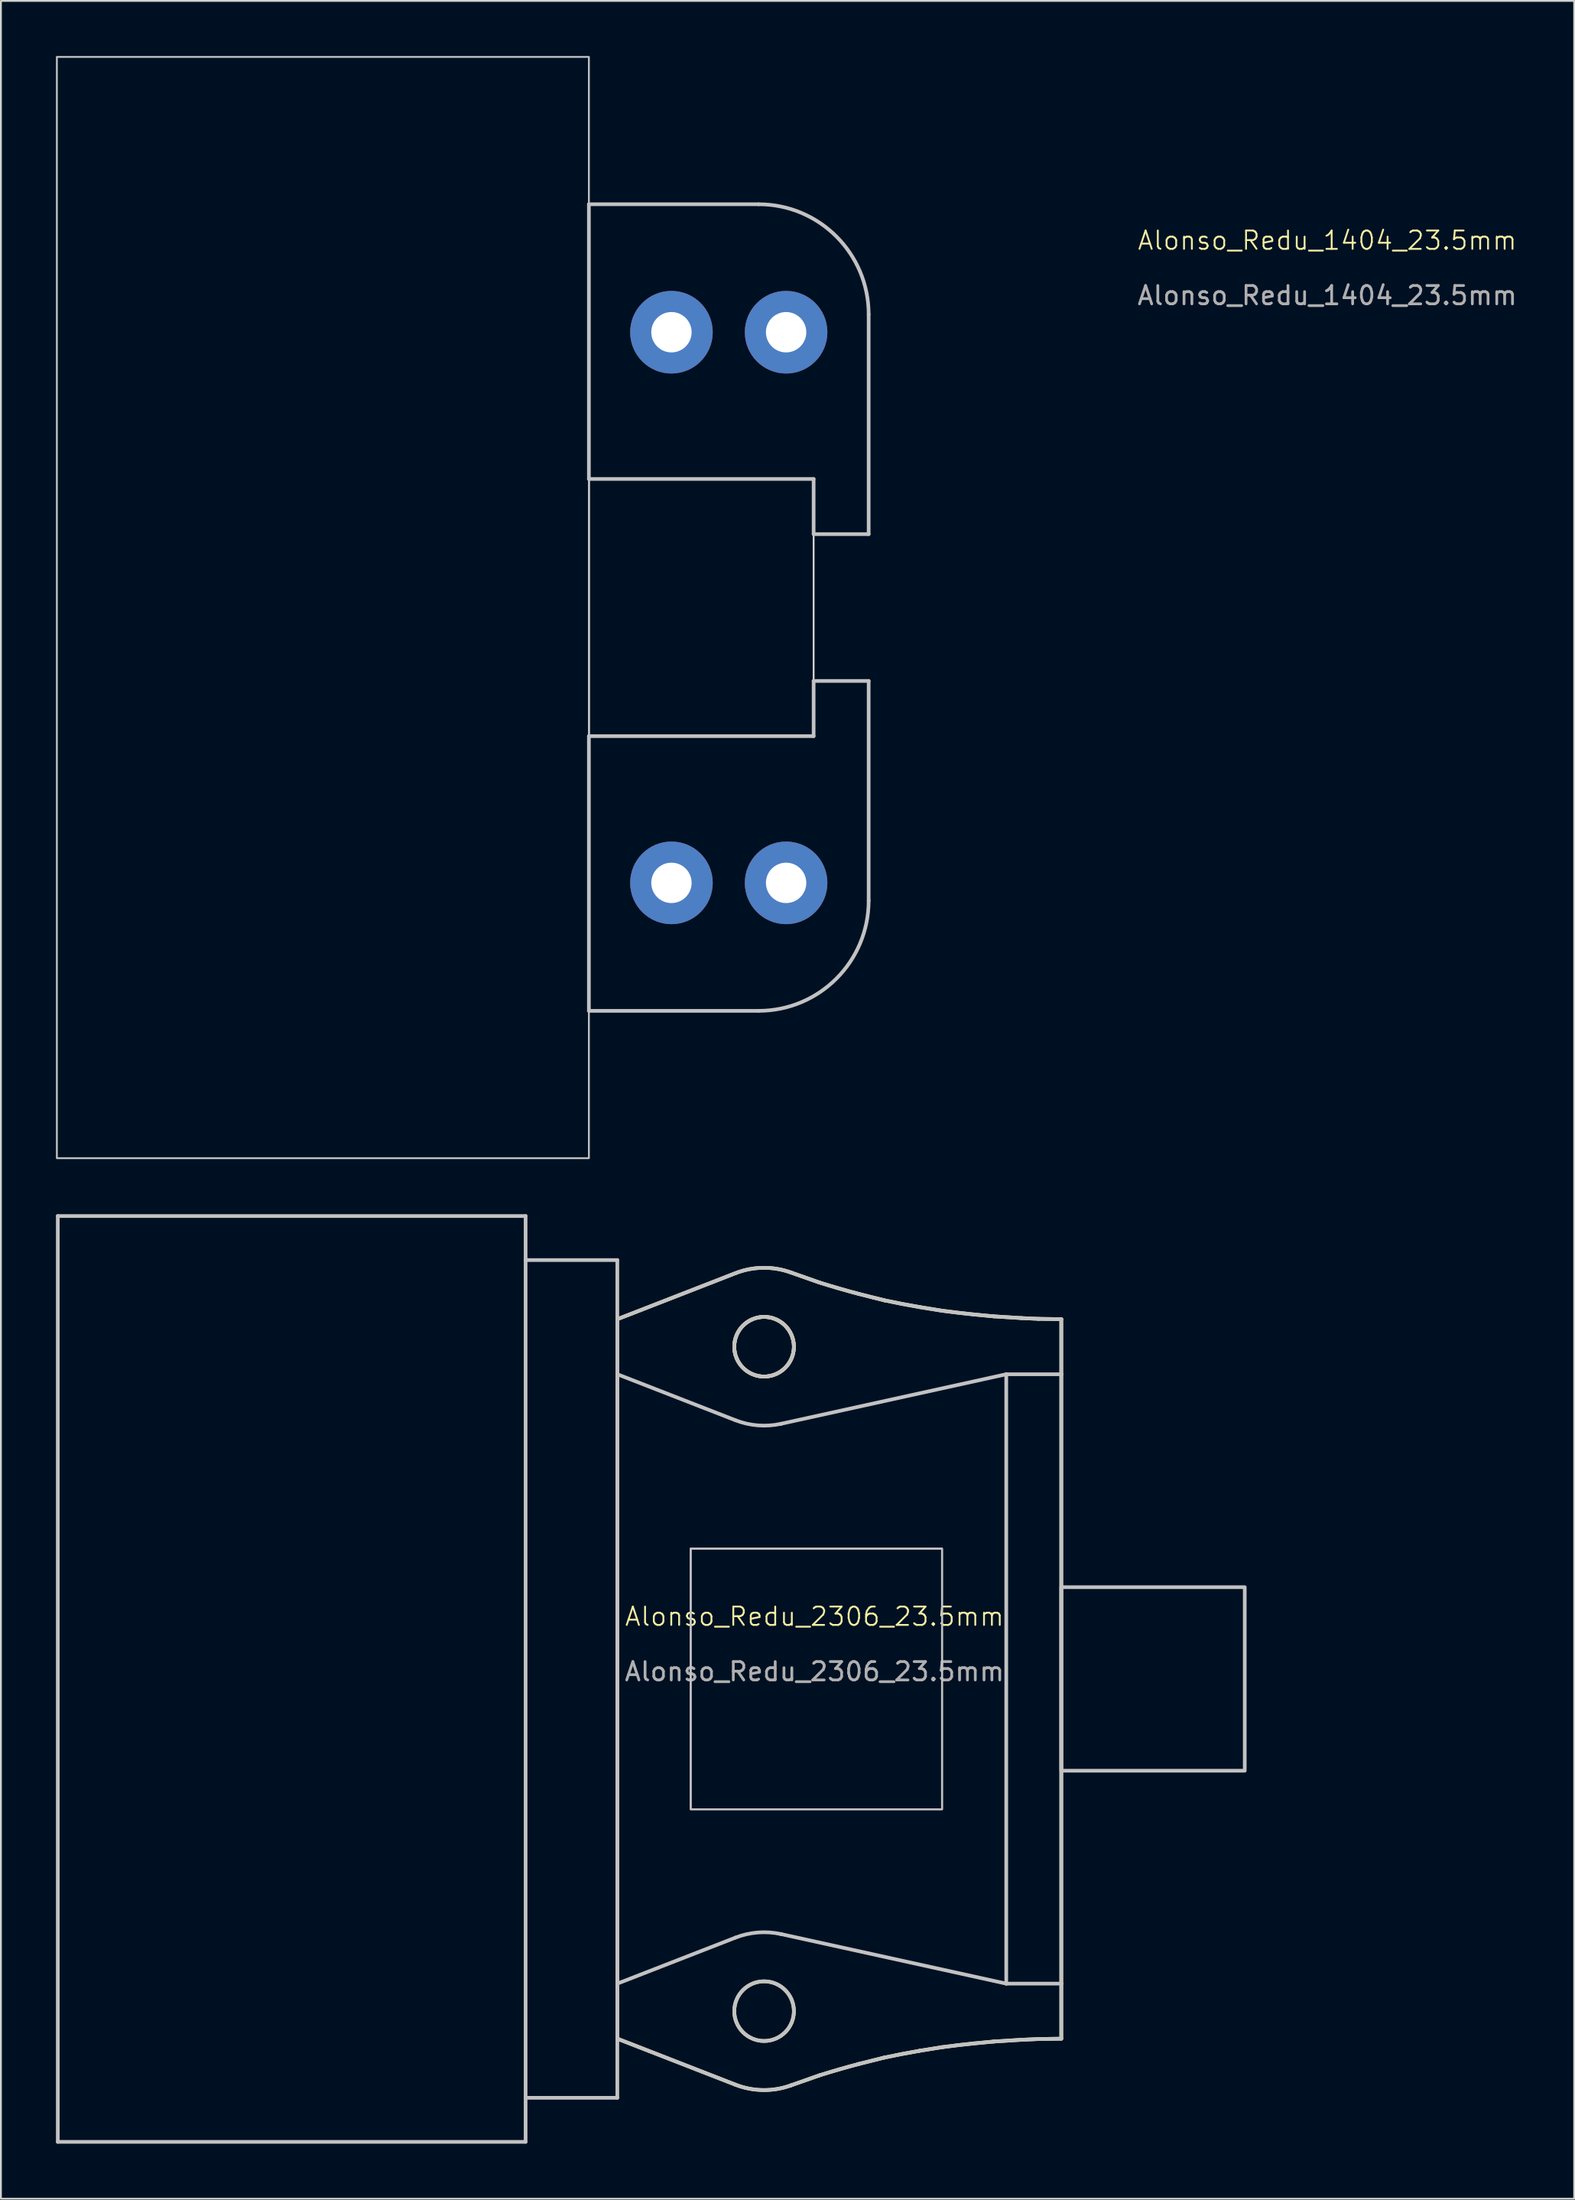
<source format=kicad_pcb>
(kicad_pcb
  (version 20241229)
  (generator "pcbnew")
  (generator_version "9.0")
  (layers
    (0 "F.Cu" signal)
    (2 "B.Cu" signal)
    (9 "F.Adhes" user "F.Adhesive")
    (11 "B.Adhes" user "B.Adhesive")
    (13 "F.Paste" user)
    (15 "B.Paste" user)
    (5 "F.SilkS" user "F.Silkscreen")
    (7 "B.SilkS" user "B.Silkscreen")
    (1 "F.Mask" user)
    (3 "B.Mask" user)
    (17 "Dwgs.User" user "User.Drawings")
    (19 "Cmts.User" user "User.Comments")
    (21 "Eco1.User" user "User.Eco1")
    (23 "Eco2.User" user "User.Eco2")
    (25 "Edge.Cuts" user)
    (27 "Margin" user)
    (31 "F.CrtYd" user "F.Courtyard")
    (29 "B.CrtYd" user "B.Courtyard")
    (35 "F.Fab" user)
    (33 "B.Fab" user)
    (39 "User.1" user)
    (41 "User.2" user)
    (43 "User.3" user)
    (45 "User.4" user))
  (footprint "Alonso_Redu_2306_23.5mm"
    (layer "F.Cu")
    (at 41.35 85.521)
    (property "Reference" "Alonso_Redu_2306_23.5mm" (at 0 -0.5 0) (unlocked yes) (layer "F.SilkS") (effects (font (size 1 1) (thickness 0.1))))
    (attr board_only exclude_from_pos_files exclude_from_bom)
    (fp_line (start -10.75 -16.7) (end -10.75 22.5) (stroke (width 0.2) (type default)) (layer "F.SilkS"))
    (fp_line (start -10.75 22.5) (end -4.309 25.007) (stroke (width 0.2) (type default)) (layer "F.SilkS"))
    (fp_line (start -4.309 -19.207) (end -10.75 -16.7) (stroke (width 0.2) (type default)) (layer "F.SilkS"))
    (fp_line (start -1.28 -19.24) (end 0.265 -18.697) (stroke (width 0.2) (type default)) (layer "F.SilkS"))
    (fp_line (start -1.28 25.04) (end 0.263 24.498) (stroke (width 0.2) (type default)) (layer "F.SilkS"))
    (fp_line (start 2.418 23.876) (end 3.795 23.531) (stroke (width 0.2) (type default)) (layer "F.SilkS"))
    (fp_line (start 2.422 -18.074) (end 3.799 -17.729) (stroke (width 0.2) (type default)) (layer "F.SilkS"))
    (fp_line (start 5.722 23.16) (end 6.955 22.962) (stroke (width 0.2) (type default)) (layer "F.SilkS"))
    (fp_line (start 5.726 -17.359) (end 6.957 -17.16) (stroke (width 0.2) (type default)) (layer "F.SilkS"))
    (fp_line (start 8.675 22.759) (end 9.77 22.655) (stroke (width 0.2) (type default)) (layer "F.SilkS"))
    (fp_line (start 8.676 -16.958) (end 9.769 -16.854) (stroke (width 0.2) (type default)) (layer "F.SilkS"))
    (fp_line (start 11.268 -16.76) (end 9.769 -16.854) (stroke (width 0.2) (type default)) (layer "F.SilkS"))
    (fp_line (start 11.268 -16.76) (end 12.207 -16.718) (stroke (width 0.2) (type default)) (layer "F.SilkS"))
    (fp_line (start 11.27 22.56) (end 9.77 22.655) (stroke (width 0.2) (type default)) (layer "F.SilkS"))
    (fp_line (start 11.27 22.56) (end 12.208 22.518) (stroke (width 0.2) (type default)) (layer "F.SilkS"))
    (fp_line (start 13.45 -16.7) (end 12.207 -16.718) (stroke (width 0.2) (type default)) (layer "F.SilkS"))
    (fp_line (start 13.45 -13.7) (end 13.45 -16.7) (stroke (width 0.2) (type default)) (layer "F.SilkS"))
    (fp_line (start 13.45 19.5) (end 13.45 -13.7) (stroke (width 0.2) (type default)) (layer "F.SilkS"))
    (fp_line (start 13.45 22.5) (end 12.208 22.518) (stroke (width 0.2) (type default)) (layer "F.SilkS"))
    (fp_line (start 13.45 22.5) (end 13.45 19.5) (stroke (width 0.2) (type default)) (layer "F.SilkS"))
    (fp_arc (start -4.309308 -19.206612) (mid -2.797471 -19.499089) (end -1.279544 -19.240066) (stroke (width 0.2) (type default)) (layer "F.SilkS"))
    (fp_arc (start -1.279531 25.040061) (mid -2.797464 25.299086) (end -4.309308 25.006612) (stroke (width 0.2) (type default)) (layer "F.SilkS"))
    (fp_circle (center -2.75 -15.2) (end -2.75 -16.825) (stroke (width 0.2) (type default)) (fill no) (layer "F.SilkS"))
    (fp_circle (center -2.75 -15.2) (end -2.75 -16.825) (stroke (width 0.2) (type solid)) (fill no) (layer "F.SilkS"))
    (fp_circle (center -2.75 21) (end -2.75 19.375) (stroke (width 0.2) (type default)) (fill no) (layer "F.SilkS"))
    (fp_curve (pts (xy 2.418 23.876) (xy 1.719 24.06) (xy 1.001 24.266) (xy 0.263 24.498)) (stroke (width 0.2) (type default)) (layer "F.SilkS"))
    (fp_curve (pts (xy 2.422 -18.074) (xy 1.723 -18.258) (xy 1.005 -18.465) (xy 0.265 -18.697)) (stroke (width 0.2) (type default)) (layer "F.SilkS"))
    (fp_curve (pts (xy 5.722 23.16) (xy 5.097 23.268) (xy 4.455 23.39) (xy 3.795 23.531)) (stroke (width 0.2) (type default)) (layer "F.SilkS"))
    (fp_curve (pts (xy 5.726 -17.359) (xy 5.101 -17.466) (xy 4.459 -17.588) (xy 3.799 -17.729)) (stroke (width 0.2) (type default)) (layer "F.SilkS"))
    (fp_curve (pts (xy 8.675 22.759) (xy 8.119 22.816) (xy 7.546 22.883) (xy 6.955 22.962)) (stroke (width 0.2) (type default)) (layer "F.SilkS"))
    (fp_curve (pts (xy 8.676 -16.958) (xy 8.121 -17.015) (xy 7.548 -17.082) (xy 6.957 -17.16)) (stroke (width 0.2) (type default)) (layer "F.SilkS"))
    (fp_line (start -41.25 -22.321) (end -15.75 -22.321) (stroke (width 0.2) (type default)) (layer "Dwgs.User"))
    (fp_line (start -41.25 28.121) (end -41.25 -22.321) (stroke (width 0.2) (type default)) (layer "Dwgs.User"))
    (fp_line (start -41.25 28.121) (end -15.75 28.121) (stroke (width 0.2) (type default)) (layer "Dwgs.User"))
    (fp_line (start -15.75 -22.321) (end -15.75 -19.921) (stroke (width 0.2) (type default)) (layer "Dwgs.User"))
    (fp_line (start -15.75 -19.921) (end -15.75 25.721) (stroke (width 0.2) (type default)) (layer "Dwgs.User"))
    (fp_line (start -15.75 25.721) (end -10.75 25.721) (stroke (width 0.2) (type default)) (layer "Dwgs.User"))
    (fp_line (start -15.75 28.121) (end -15.75 25.721) (stroke (width 0.2) (type default)) (layer "Dwgs.User"))
    (fp_line (start -10.75 -19.921) (end -15.75 -19.921) (stroke (width 0.2) (type default)) (layer "Dwgs.User"))
    (fp_line (start -10.75 -16.7) (end -10.75 -13.7) (stroke (width 0.2) (type default)) (layer "Dwgs.User"))
    (fp_line (start -10.75 -13.7) (end -4.309 -11.193) (stroke (width 0.2) (type default)) (layer "Dwgs.User"))
    (fp_line (start -10.75 19.5) (end -10.75 22.5) (stroke (width 0.2) (type default)) (layer "Dwgs.User"))
    (fp_line (start -10.75 22.5) (end -4.309 25.007) (stroke (width 0.2) (type default)) (layer "Dwgs.User"))
    (fp_line (start -10.75 25.721) (end -10.75 -19.921) (stroke (width 0.2) (type default)) (layer "Dwgs.User"))
    (fp_line (start -4.309 -19.207) (end -10.75 -16.7) (stroke (width 0.2) (type default)) (layer "Dwgs.User"))
    (fp_line (start -4.309 16.993) (end -10.75 19.5) (stroke (width 0.2) (type default)) (layer "Dwgs.User"))
    (fp_line (start -1.827 -11.001) (end -1.827 -11.001) (stroke (width 0.2) (type default)) (layer "Dwgs.User"))
    (fp_line (start -1.827 -11.001) (end 10.45 -13.7) (stroke (width 0.2) (type default)) (layer "Dwgs.User"))
    (fp_line (start -1.827 16.801) (end -1.827 16.801) (stroke (width 0.2) (type default)) (layer "Dwgs.User"))
    (fp_line (start -1.28 -19.24) (end 0.265 -18.697) (stroke (width 0.2) (type default)) (layer "Dwgs.User"))
    (fp_line (start -1.28 25.04) (end 0.263 24.498) (stroke (width 0.2) (type default)) (layer "Dwgs.User"))
    (fp_line (start 2.418 23.876) (end 3.795 23.531) (stroke (width 0.2) (type default)) (layer "Dwgs.User"))
    (fp_line (start 2.422 -18.074) (end 3.799 -17.729) (stroke (width 0.2) (type default)) (layer "Dwgs.User"))
    (fp_line (start 5.722 23.16) (end 6.955 22.962) (stroke (width 0.2) (type default)) (layer "Dwgs.User"))
    (fp_line (start 5.726 -17.359) (end 6.957 -17.16) (stroke (width 0.2) (type default)) (layer "Dwgs.User"))
    (fp_line (start 8.675 22.759) (end 9.77 22.655) (stroke (width 0.2) (type default)) (layer "Dwgs.User"))
    (fp_line (start 8.676 -16.958) (end 9.769 -16.854) (stroke (width 0.2) (type default)) (layer "Dwgs.User"))
    (fp_line (start 10.45 -13.7) (end 13.45 -13.7) (stroke (width 0.2) (type default)) (layer "Dwgs.User"))
    (fp_line (start 10.45 19.5) (end -1.827 16.801) (stroke (width 0.2) (type default)) (layer "Dwgs.User"))
    (fp_line (start 10.45 19.5) (end 10.45 -13.7) (stroke (width 0.2) (type default)) (layer "Dwgs.User"))
    (fp_line (start 11.268 -16.76) (end 9.769 -16.854) (stroke (width 0.2) (type default)) (layer "Dwgs.User"))
    (fp_line (start 11.268 -16.76) (end 12.207 -16.718) (stroke (width 0.2) (type default)) (layer "Dwgs.User"))
    (fp_line (start 11.27 22.56) (end 9.77 22.655) (stroke (width 0.2) (type default)) (layer "Dwgs.User"))
    (fp_line (start 11.27 22.56) (end 12.208 22.518) (stroke (width 0.2) (type default)) (layer "Dwgs.User"))
    (fp_line (start 13.45 -16.7) (end 12.207 -16.718) (stroke (width 0.2) (type default)) (layer "Dwgs.User"))
    (fp_line (start 13.45 -13.7) (end 13.45 -16.7) (stroke (width 0.2) (type default)) (layer "Dwgs.User"))
    (fp_line (start 13.45 19.5) (end 10.45 19.5) (stroke (width 0.2) (type default)) (layer "Dwgs.User"))
    (fp_line (start 13.45 19.5) (end 13.45 -13.7) (stroke (width 0.2) (type default)) (layer "Dwgs.User"))
    (fp_line (start 13.45 22.5) (end 12.208 22.518) (stroke (width 0.2) (type default)) (layer "Dwgs.User"))
    (fp_line (start 13.45 22.5) (end 13.45 19.5) (stroke (width 0.2) (type default)) (layer "Dwgs.User"))
    (fp_rect (start -6.75 -4.2) (end 6.95 10) (stroke (width 0.1) (type solid)) (fill no) (layer "Dwgs.User"))
    (fp_rect (start 13.45 -2.1) (end 23.45 7.9) (stroke (width 0.2) (type solid)) (fill no) (layer "Dwgs.User"))
    (fp_arc (start -4.309308 -19.206612) (mid -2.797471 -19.499089) (end -1.279544 -19.240066) (stroke (width 0.2) (type default)) (layer "Dwgs.User"))
    (fp_arc (start -4.309308 16.993388) (mid -3.082308 16.713518) (end -1.826835 16.800937) (stroke (width 0.2) (type default)) (layer "Dwgs.User"))
    (fp_arc (start -1.826835 -11.000937) (mid -3.082308 -10.913518) (end -4.309308 -11.193388) (stroke (width 0.2) (type default)) (layer "Dwgs.User"))
    (fp_arc (start -1.279531 25.040061) (mid -2.797464 25.299086) (end -4.309308 25.006612) (stroke (width 0.2) (type default)) (layer "Dwgs.User"))
    (fp_circle (center -41.25 -21.071) (end -41.25 -21.081) (stroke (width 0.0001) (type default)) (fill no) (layer "Dwgs.User"))
    (fp_circle (center -41.25 26.871) (end -41.25 26.861) (stroke (width 0.0001) (type default)) (fill no) (layer "Dwgs.User"))
    (fp_circle (center -21.75 -22.321) (end -21.75 -22.331) (stroke (width 0.0001) (type default)) (fill no) (layer "Dwgs.User"))
    (fp_circle (center -21.75 28.121) (end -21.75 28.111) (stroke (width 0.0001) (type default)) (fill no) (layer "Dwgs.User"))
    (fp_circle (center -2.75 -15.2) (end -2.75 -16.825) (stroke (width 0.2) (type default)) (fill no) (layer "Dwgs.User"))
    (fp_circle (center -2.75 21) (end -2.75 19.375) (stroke (width 0.2) (type default)) (fill no) (layer "Dwgs.User"))
    (fp_curve (pts (xy 2.418 23.876) (xy 1.719 24.06) (xy 1.001 24.266) (xy 0.263 24.498)) (stroke (width 0.2) (type default)) (layer "Dwgs.User"))
    (fp_curve (pts (xy 2.422 -18.074) (xy 1.723 -18.258) (xy 1.005 -18.465) (xy 0.265 -18.697)) (stroke (width 0.2) (type default)) (layer "Dwgs.User"))
    (fp_curve (pts (xy 5.722 23.16) (xy 5.097 23.268) (xy 4.455 23.39) (xy 3.795 23.531)) (stroke (width 0.2) (type default)) (layer "Dwgs.User"))
    (fp_curve (pts (xy 5.726 -17.359) (xy 5.101 -17.466) (xy 4.459 -17.588) (xy 3.799 -17.729)) (stroke (width 0.2) (type default)) (layer "Dwgs.User"))
    (fp_curve (pts (xy 8.675 22.759) (xy 8.119 22.816) (xy 7.546 22.883) (xy 6.955 22.962)) (stroke (width 0.2) (type default)) (layer "Dwgs.User"))
    (fp_curve (pts (xy 8.676 -16.958) (xy 8.121 -17.015) (xy 7.548 -17.082) (xy 6.957 -17.16)) (stroke (width 0.2) (type default)) (layer "Dwgs.User"))
    (fp_rect (start -6.75 -4.2) (end 6.95 10) (stroke (width 0.1) (type solid)) (fill no) (layer "Edge.Cuts"))
    (fp_text user "${REFERENCE}" (at 0 2.5 0) (unlocked yes) (layer "F.Fab") (effects (font (size 1 1) (thickness 0.15)))))
  (footprint "Alonso_Redu_1404_23.5mm"
    (layer "F.Cu")
    (at 44.8 30.05)
    (property "Reference" "Alonso_Redu_1404_23.5mm" (at 24.5 -20 0) (unlocked yes) (layer "F.SilkS") (effects (font (size 1 1) (thickness 0.1))))
    (attr board_only exclude_from_pos_files exclude_from_bom)
    (fp_line (start -15.75 -21.972) (end -15.75 -7.005) (stroke (width 0.2) (type default)) (layer "Dwgs.User"))
    (fp_line (start -15.75 -7.005) (end -15.75 7.005) (stroke (width 0.1) (type default)) (layer "Dwgs.User"))
    (fp_line (start -15.75 -7.005) (end -3.5 -7.005) (stroke (width 0.2) (type default)) (layer "Dwgs.User"))
    (fp_line (start -15.75 7.005) (end -15.75 21.972) (stroke (width 0.2) (type default)) (layer "Dwgs.User"))
    (fp_line (start -15.75 21.972) (end -6.492 21.972) (stroke (width 0.2) (type default)) (layer "Dwgs.User"))
    (fp_line (start -6.5 -21.972) (end -15.75 -21.972) (stroke (width 0.2) (type default)) (layer "Dwgs.User"))
    (fp_line (start -3.5 -7.005) (end -3.5 -4) (stroke (width 0.2) (type default)) (layer "Dwgs.User"))
    (fp_line (start -3.5 -4) (end -0.5 -4) (stroke (width 0.2) (type default)) (layer "Dwgs.User"))
    (fp_line (start -3.5 4) (end -3.5 7.005) (stroke (width 0.2) (type default)) (layer "Dwgs.User"))
    (fp_line (start -3.5 7.005) (end -15.75 7.005) (stroke (width 0.2) (type default)) (layer "Dwgs.User"))
    (fp_line (start -0.5 -4) (end -0.5 -15.972) (stroke (width 0.2) (type default)) (layer "Dwgs.User"))
    (fp_line (start -0.5 4) (end -3.5 4) (stroke (width 0.2) (type default)) (layer "Dwgs.User"))
    (fp_line (start -0.5 15.972) (end -0.5 4) (stroke (width 0.2) (type default)) (layer "Dwgs.User"))
    (fp_rect (start -44.75 -30) (end -15.75 30) (stroke (width 0.1) (type solid)) (fill no) (layer "Dwgs.User"))
    (fp_arc (start -6.500003 -21.971984) (mid -2.25736 -20.214624) (end -0.5 -15.971981) (stroke (width 0.2) (type default)) (layer "Dwgs.User"))
    (fp_arc (start -0.5 15.97197) (mid -2.257361 20.214622) (end -6.492265 21.971984) (stroke (width 0.2) (type default)) (layer "Dwgs.User"))
    (fp_rect (start -15.75 -7.005) (end -3.5 7.005) (stroke (width 0.1) (type solid)) (fill no) (layer "Edge.Cuts"))
    (fp_text user "${REFERENCE}" (at 24.5 -17 0) (unlocked yes) (layer "F.Fab") (effects (font (size 1 1) (thickness 0.15))))
    (pad "" np_thru_hole circle (at -11.25 -15) (size 4.5 4.5) (drill 2.2) (layers "*.Cu" "*.Mask"))
    (pad "" np_thru_hole circle (at -11.25 15) (size 4.5 4.5) (drill 2.2) (layers "*.Cu" "*.Mask"))
    (pad "" np_thru_hole circle (at -5 -15) (size 4.5 4.5) (drill 2.2) (layers "*.Cu" "*.Mask"))
    (pad "" np_thru_hole circle (at -5 15) (size 4.5 4.5) (drill 2.2) (layers "*.Cu" "*.Mask")))
  (gr_rect
    (start -3 -3)
    (end 82.758 116.741)
    (stroke (width 0.1) (type default))
    (fill no)
    (layer "Edge.Cuts")))
</source>
